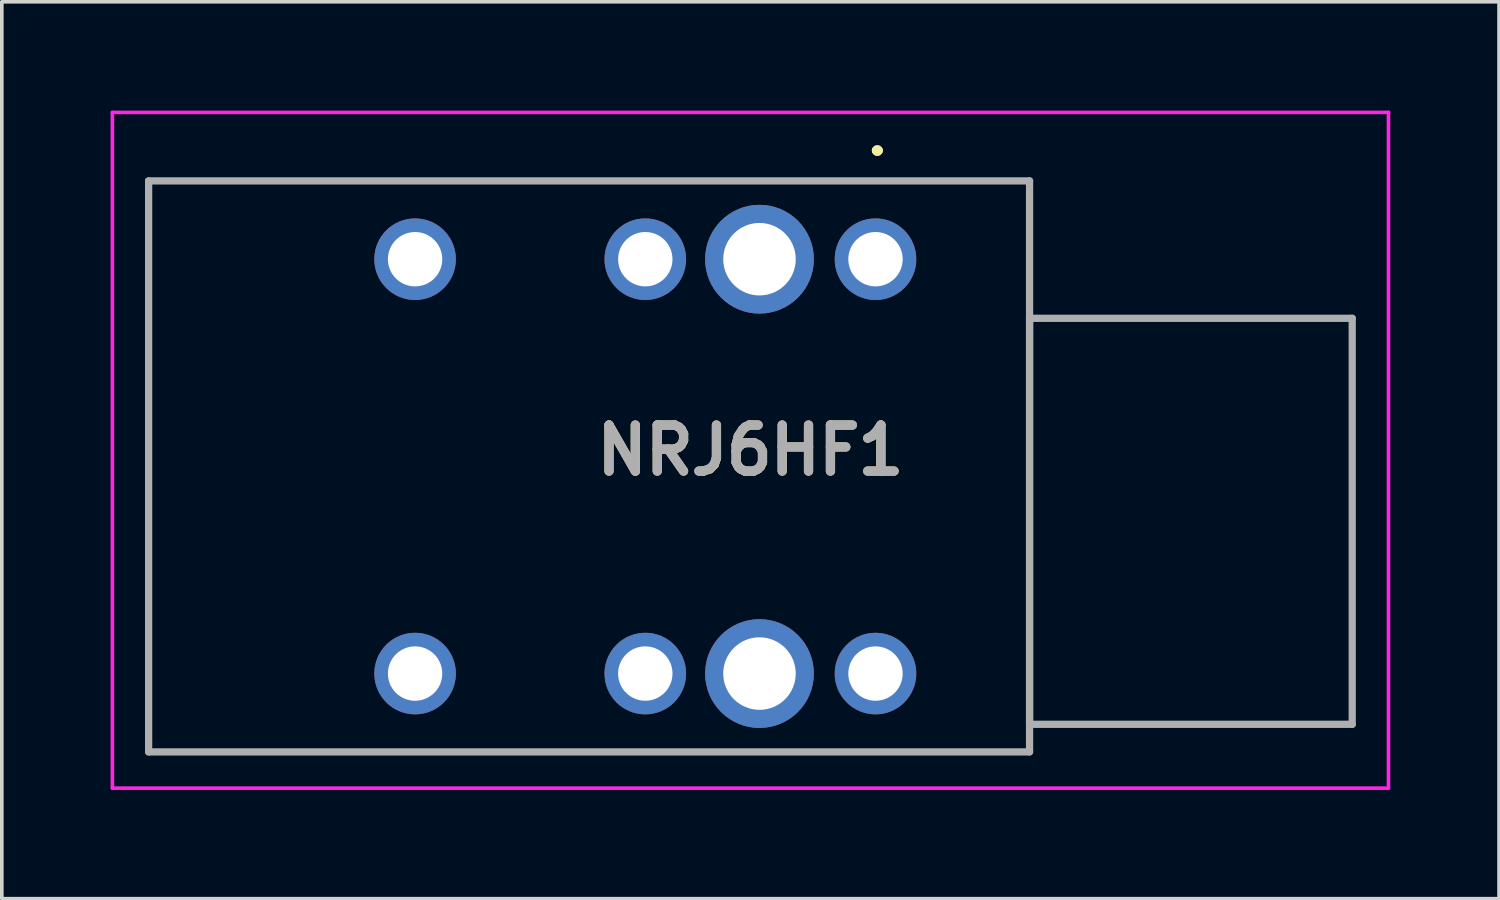
<source format=kicad_pcb>
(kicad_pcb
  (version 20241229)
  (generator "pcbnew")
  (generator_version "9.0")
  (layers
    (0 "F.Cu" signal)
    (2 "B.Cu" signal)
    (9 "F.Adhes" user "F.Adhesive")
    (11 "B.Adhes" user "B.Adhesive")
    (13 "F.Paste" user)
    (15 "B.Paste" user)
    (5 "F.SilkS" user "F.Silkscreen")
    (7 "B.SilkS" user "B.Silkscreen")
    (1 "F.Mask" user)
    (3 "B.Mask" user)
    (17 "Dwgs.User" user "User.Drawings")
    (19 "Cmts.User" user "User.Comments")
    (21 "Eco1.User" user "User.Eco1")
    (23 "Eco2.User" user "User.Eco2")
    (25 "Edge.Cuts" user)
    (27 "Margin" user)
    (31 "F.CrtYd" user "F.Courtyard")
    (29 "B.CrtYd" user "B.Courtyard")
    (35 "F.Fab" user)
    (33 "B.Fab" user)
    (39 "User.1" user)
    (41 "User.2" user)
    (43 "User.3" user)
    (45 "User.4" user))
  (footprint "NRJ6HF1"
    (layer "F.Cu")
    (at 21.1 4.1)
    (property "Reference" "NRJ6HF1" (at -3.45 5.27 0) (layer "F.SilkS") (effects (font (size 1.27 1.27) (thickness 0.254))))
    (attr through_hole)
    (fp_line (start -20.05 -2.16) (end 4.25 -2.16) (stroke (width 0.1) (type solid)) (layer "F.SilkS"))
    (fp_line (start -20.05 13.59) (end -20.05 -2.16) (stroke (width 0.1) (type solid)) (layer "F.SilkS"))
    (fp_line (start 0 -3) (end 0 -3) (stroke (width 0.2) (type solid)) (layer "F.SilkS"))
    (fp_line (start 0 -3) (end 0 -3) (stroke (width 0.2) (type solid)) (layer "F.SilkS"))
    (fp_line (start 0.1 -3) (end 0.1 -3) (stroke (width 0.2) (type solid)) (layer "F.SilkS"))
    (fp_line (start 4.25 -2.16) (end 4.25 13.59) (stroke (width 0.1) (type solid)) (layer "F.SilkS"))
    (fp_line (start 4.25 1.63) (end 4.25 12.83) (stroke (width 0.1) (type solid)) (layer "F.SilkS"))
    (fp_line (start 4.25 12.83) (end 13.15 12.83) (stroke (width 0.1) (type solid)) (layer "F.SilkS"))
    (fp_line (start 4.25 13.59) (end -20.05 13.59) (stroke (width 0.1) (type solid)) (layer "F.SilkS"))
    (fp_line (start 13.15 1.63) (end 4.25 1.63) (stroke (width 0.1) (type solid)) (layer "F.SilkS"))
    (fp_line (start 13.15 12.83) (end 13.15 1.63) (stroke (width 0.1) (type solid)) (layer "F.SilkS"))
    (fp_arc (start 0 -3) (mid 0.05 -3.05) (end 0.1 -3) (stroke (width 0.2) (type solid)) (layer "F.SilkS"))
    (fp_arc (start 0.1 -3) (mid 0.05 -2.95) (end 0 -3) (stroke (width 0.2) (type solid)) (layer "F.SilkS"))
    (fp_arc (start 0.1 -3) (mid 0.05 -2.95) (end 0 -3) (stroke (width 0.2) (type solid)) (layer "F.SilkS"))
    (fp_line (start -21.05 -4.05) (end 14.15 -4.05) (stroke (width 0.1) (type solid)) (layer "F.CrtYd"))
    (fp_line (start -21.05 14.59) (end -21.05 -4.05) (stroke (width 0.1) (type solid)) (layer "F.CrtYd"))
    (fp_line (start 14.15 -4.05) (end 14.15 14.59) (stroke (width 0.1) (type solid)) (layer "F.CrtYd"))
    (fp_line (start 14.15 14.59) (end -21.05 14.59) (stroke (width 0.1) (type solid)) (layer "F.CrtYd"))
    (fp_line (start -20.05 -2.16) (end -20.05 13.59) (stroke (width 0.2) (type solid)) (layer "F.Fab"))
    (fp_line (start -20.05 13.59) (end 4.25 13.59) (stroke (width 0.2) (type solid)) (layer "F.Fab"))
    (fp_line (start 4.25 -2.16) (end -20.05 -2.16) (stroke (width 0.2) (type solid)) (layer "F.Fab"))
    (fp_line (start 4.25 1.63) (end 13.15 1.63) (stroke (width 0.2) (type solid)) (layer "F.Fab"))
    (fp_line (start 4.25 12.83) (end 4.25 1.63) (stroke (width 0.2) (type solid)) (layer "F.Fab"))
    (fp_line (start 4.25 13.59) (end 4.25 -2.16) (stroke (width 0.2) (type solid)) (layer "F.Fab"))
    (fp_line (start 13.15 1.63) (end 13.15 12.83) (stroke (width 0.2) (type solid)) (layer "F.Fab"))
    (fp_line (start 13.15 12.83) (end 4.25 12.83) (stroke (width 0.2) (type solid)) (layer "F.Fab"))
    (fp_text user "${REFERENCE}" (at -3.45 5.27 0) (layer "F.Fab") (effects (font (size 1.27 1.27) (thickness 0.254))))
    (pad "" np_thru_hole circle (at -9.55 2.13) (size 0.001 0.001) (drill 3) (layers "*.Cu" "*.Mask"))
    (pad "1" thru_hole circle (at 0 0) (size 2.25 2.25) (drill 1.5) (layers "*.Cu" "*.Mask"))
    (pad "2" thru_hole circle (at -6.35 0) (size 2.25 2.25) (drill 1.5) (layers "*.Cu" "*.Mask"))
    (pad "3" thru_hole circle (at -12.7 0) (size 2.25 2.25) (drill 1.5) (layers "*.Cu" "*.Mask"))
    (pad "4" thru_hole circle (at -12.7 11.43) (size 2.25 2.25) (drill 1.5) (layers "*.Cu" "*.Mask"))
    (pad "5" thru_hole circle (at -6.35 11.43) (size 2.25 2.25) (drill 1.5) (layers "*.Cu" "*.Mask"))
    (pad "6" thru_hole circle (at 0 11.43) (size 2.25 2.25) (drill 1.5) (layers "*.Cu" "*.Mask"))
    (pad "MH1" thru_hole circle (at -3.2 0) (size 3 3) (drill 2) (layers "*.Cu" "*.Mask"))
    (pad "MH2" thru_hole circle (at -3.2 11.43) (size 3 3) (drill 2) (layers "*.Cu" "*.Mask")))
  (gr_rect
    (start -3 -3)
    (end 38.3 21.74)
    (stroke (width 0.1) (type default))
    (fill no)
    (layer "Edge.Cuts")))
</source>
